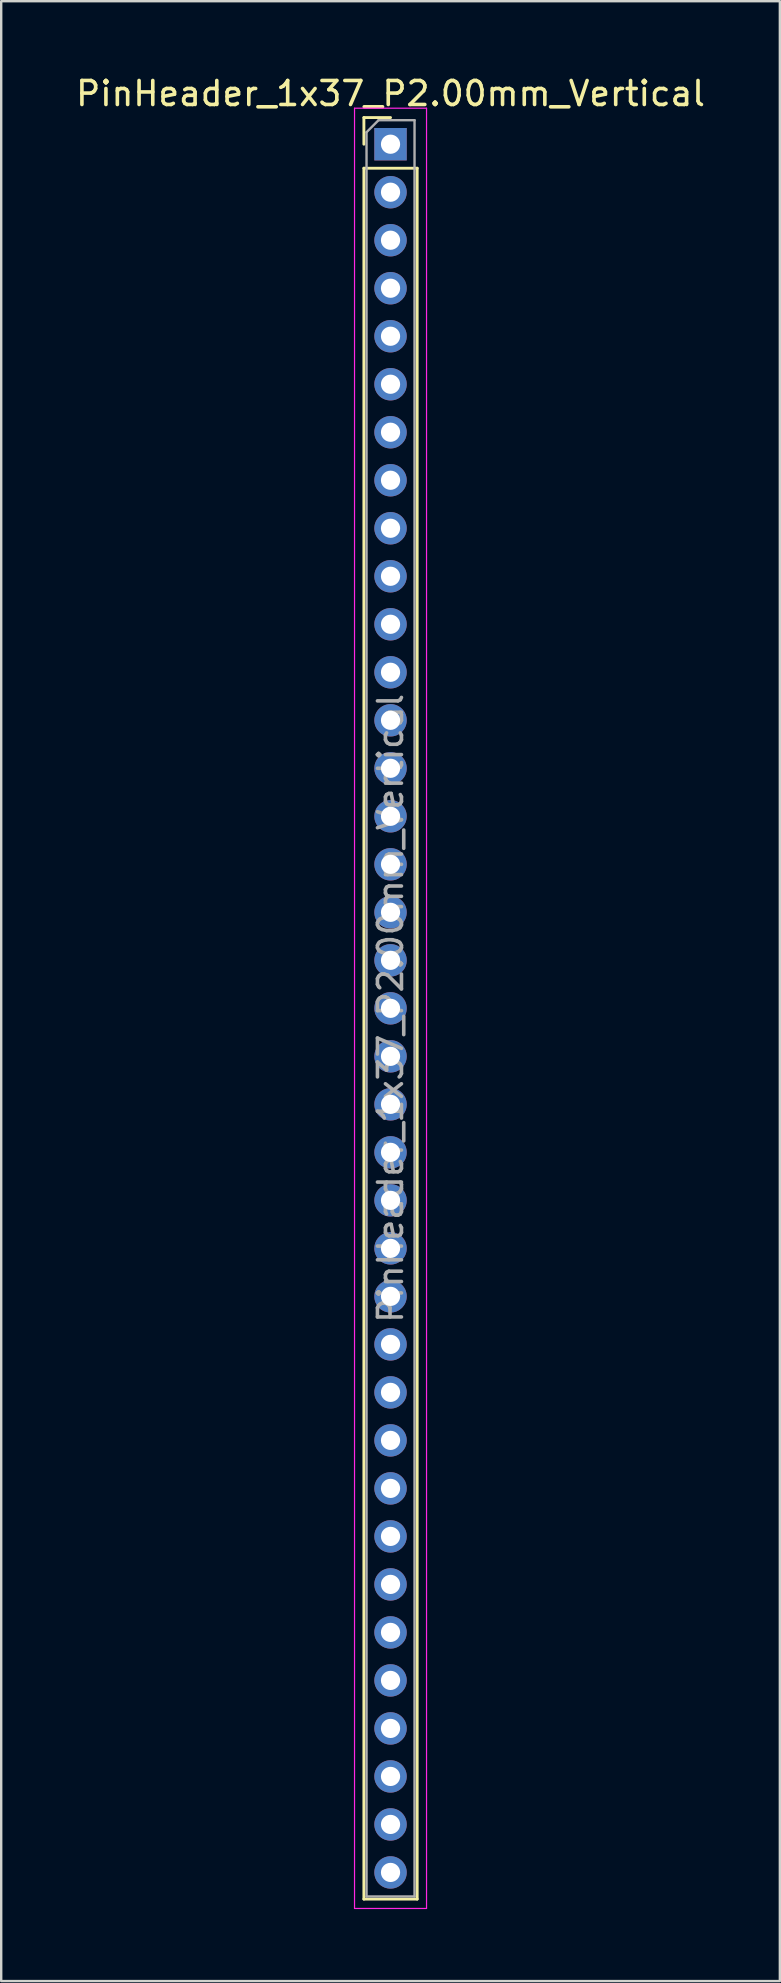
<source format=kicad_pcb>
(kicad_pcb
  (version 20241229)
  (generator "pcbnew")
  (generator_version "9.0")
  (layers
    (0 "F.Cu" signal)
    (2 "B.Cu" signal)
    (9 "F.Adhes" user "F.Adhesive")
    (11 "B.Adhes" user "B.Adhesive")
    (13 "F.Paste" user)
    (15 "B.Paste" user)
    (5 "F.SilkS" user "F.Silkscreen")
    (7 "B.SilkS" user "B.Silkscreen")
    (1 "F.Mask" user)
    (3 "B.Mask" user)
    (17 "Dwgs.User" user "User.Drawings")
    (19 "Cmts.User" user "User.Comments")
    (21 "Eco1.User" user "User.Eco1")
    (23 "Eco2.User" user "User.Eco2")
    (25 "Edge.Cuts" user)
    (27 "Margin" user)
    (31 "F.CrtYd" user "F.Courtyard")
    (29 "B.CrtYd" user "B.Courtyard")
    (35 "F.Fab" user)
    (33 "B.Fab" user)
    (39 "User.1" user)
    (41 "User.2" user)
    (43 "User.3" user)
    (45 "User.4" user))
  (footprint "PinHeader_1x37_P2.00mm_Vertical"
    (layer "F.Cu")
    (at 13.22 2.958)
    (property "Reference" "PinHeader_1x37_P2.00mm_Vertical" (at 0 -2.11 0) (layer "F.SilkS") (effects (font (size 1 1) (thickness 0.15))))
    (attr through_hole)
    (fp_line (start -1.11 -1.11) (end 0 -1.11) (stroke (width 0.12) (type solid)) (layer "F.SilkS"))
    (fp_line (start -1.11 0) (end -1.11 -1.11) (stroke (width 0.12) (type solid)) (layer "F.SilkS"))
    (fp_line (start -1.11 1) (end -1.11 73.11) (stroke (width 0.12) (type solid)) (layer "F.SilkS"))
    (fp_line (start -1.11 1) (end 1.11 1) (stroke (width 0.12) (type solid)) (layer "F.SilkS"))
    (fp_line (start -1.11 73.11) (end 1.11 73.11) (stroke (width 0.12) (type solid)) (layer "F.SilkS"))
    (fp_line (start 1.11 1) (end 1.11 73.11) (stroke (width 0.12) (type solid)) (layer "F.SilkS"))
    (fp_line (start -1.5 -1.5) (end -1.5 73.5) (stroke (width 0.05) (type solid)) (layer "F.CrtYd"))
    (fp_line (start -1.5 73.5) (end 1.5 73.5) (stroke (width 0.05) (type solid)) (layer "F.CrtYd"))
    (fp_line (start 1.5 -1.5) (end -1.5 -1.5) (stroke (width 0.05) (type solid)) (layer "F.CrtYd"))
    (fp_line (start 1.5 73.5) (end 1.5 -1.5) (stroke (width 0.05) (type solid)) (layer "F.CrtYd"))
    (fp_line (start -1 -0.5) (end -0.5 -1) (stroke (width 0.1) (type solid)) (layer "F.Fab"))
    (fp_line (start -1 73) (end -1 -0.5) (stroke (width 0.1) (type solid)) (layer "F.Fab"))
    (fp_line (start -0.5 -1) (end 1 -1) (stroke (width 0.1) (type solid)) (layer "F.Fab"))
    (fp_line (start 1 -1) (end 1 73) (stroke (width 0.1) (type solid)) (layer "F.Fab"))
    (fp_line (start 1 73) (end -1 73) (stroke (width 0.1) (type solid)) (layer "F.Fab"))
    (fp_text user "${REFERENCE}" (at 0 36 90) (layer "F.Fab") (effects (font (size 1 1) (thickness 0.15))))
    (pad "1" thru_hole rect (at 0 0) (size 1.35 1.35) (drill 0.8) (layers "*.Cu" "*.Mask"))
    (pad "2" thru_hole circle (at 0 2) (size 1.35 1.35) (drill 0.8) (layers "*.Cu" "*.Mask"))
    (pad "3" thru_hole circle (at 0 4) (size 1.35 1.35) (drill 0.8) (layers "*.Cu" "*.Mask"))
    (pad "4" thru_hole circle (at 0 6) (size 1.35 1.35) (drill 0.8) (layers "*.Cu" "*.Mask"))
    (pad "5" thru_hole circle (at 0 8) (size 1.35 1.35) (drill 0.8) (layers "*.Cu" "*.Mask"))
    (pad "6" thru_hole circle (at 0 10) (size 1.35 1.35) (drill 0.8) (layers "*.Cu" "*.Mask"))
    (pad "7" thru_hole circle (at 0 12) (size 1.35 1.35) (drill 0.8) (layers "*.Cu" "*.Mask"))
    (pad "8" thru_hole circle (at 0 14) (size 1.35 1.35) (drill 0.8) (layers "*.Cu" "*.Mask"))
    (pad "9" thru_hole circle (at 0 16) (size 1.35 1.35) (drill 0.8) (layers "*.Cu" "*.Mask"))
    (pad "10" thru_hole circle (at 0 18) (size 1.35 1.35) (drill 0.8) (layers "*.Cu" "*.Mask"))
    (pad "11" thru_hole circle (at 0 20) (size 1.35 1.35) (drill 0.8) (layers "*.Cu" "*.Mask"))
    (pad "12" thru_hole circle (at 0 22) (size 1.35 1.35) (drill 0.8) (layers "*.Cu" "*.Mask"))
    (pad "13" thru_hole circle (at 0 24) (size 1.35 1.35) (drill 0.8) (layers "*.Cu" "*.Mask"))
    (pad "14" thru_hole circle (at 0 26) (size 1.35 1.35) (drill 0.8) (layers "*.Cu" "*.Mask"))
    (pad "15" thru_hole circle (at 0 28) (size 1.35 1.35) (drill 0.8) (layers "*.Cu" "*.Mask"))
    (pad "16" thru_hole circle (at 0 30) (size 1.35 1.35) (drill 0.8) (layers "*.Cu" "*.Mask"))
    (pad "17" thru_hole circle (at 0 32) (size 1.35 1.35) (drill 0.8) (layers "*.Cu" "*.Mask"))
    (pad "18" thru_hole circle (at 0 34) (size 1.35 1.35) (drill 0.8) (layers "*.Cu" "*.Mask"))
    (pad "19" thru_hole circle (at 0 36) (size 1.35 1.35) (drill 0.8) (layers "*.Cu" "*.Mask"))
    (pad "20" thru_hole circle (at 0 38) (size 1.35 1.35) (drill 0.8) (layers "*.Cu" "*.Mask"))
    (pad "21" thru_hole circle (at 0 40) (size 1.35 1.35) (drill 0.8) (layers "*.Cu" "*.Mask"))
    (pad "22" thru_hole circle (at 0 42) (size 1.35 1.35) (drill 0.8) (layers "*.Cu" "*.Mask"))
    (pad "23" thru_hole circle (at 0 44) (size 1.35 1.35) (drill 0.8) (layers "*.Cu" "*.Mask"))
    (pad "24" thru_hole circle (at 0 46) (size 1.35 1.35) (drill 0.8) (layers "*.Cu" "*.Mask"))
    (pad "25" thru_hole circle (at 0 48) (size 1.35 1.35) (drill 0.8) (layers "*.Cu" "*.Mask"))
    (pad "26" thru_hole circle (at 0 50) (size 1.35 1.35) (drill 0.8) (layers "*.Cu" "*.Mask"))
    (pad "27" thru_hole circle (at 0 52) (size 1.35 1.35) (drill 0.8) (layers "*.Cu" "*.Mask"))
    (pad "28" thru_hole circle (at 0 54) (size 1.35 1.35) (drill 0.8) (layers "*.Cu" "*.Mask"))
    (pad "29" thru_hole circle (at 0 56) (size 1.35 1.35) (drill 0.8) (layers "*.Cu" "*.Mask"))
    (pad "30" thru_hole circle (at 0 58) (size 1.35 1.35) (drill 0.8) (layers "*.Cu" "*.Mask"))
    (pad "31" thru_hole circle (at 0 60) (size 1.35 1.35) (drill 0.8) (layers "*.Cu" "*.Mask"))
    (pad "32" thru_hole circle (at 0 62) (size 1.35 1.35) (drill 0.8) (layers "*.Cu" "*.Mask"))
    (pad "33" thru_hole circle (at 0 64) (size 1.35 1.35) (drill 0.8) (layers "*.Cu" "*.Mask"))
    (pad "34" thru_hole circle (at 0 66) (size 1.35 1.35) (drill 0.8) (layers "*.Cu" "*.Mask"))
    (pad "35" thru_hole circle (at 0 68) (size 1.35 1.35) (drill 0.8) (layers "*.Cu" "*.Mask"))
    (pad "36" thru_hole circle (at 0 70) (size 1.35 1.35) (drill 0.8) (layers "*.Cu" "*.Mask"))
    (pad "37" thru_hole circle (at 0 72) (size 1.35 1.35) (drill 0.8) (layers "*.Cu" "*.Mask")))
  (gr_rect
    (start -3 -3)
    (end 29.44 79.483)
    (stroke (width 0.1) (type default))
    (fill no)
    (layer "Edge.Cuts")))
</source>
